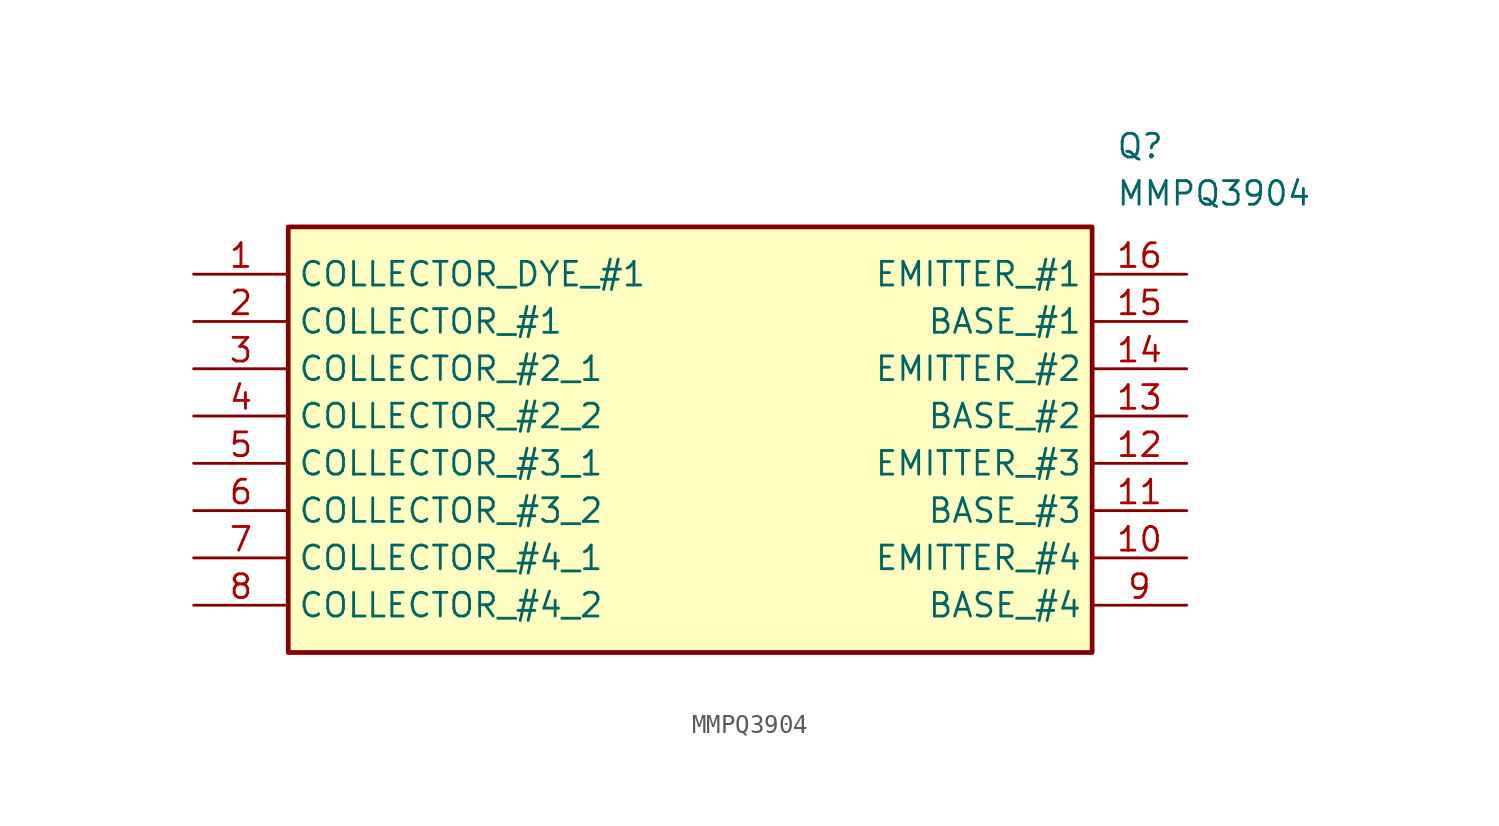
<source format=kicad_sym>
(kicad_symbol_lib
  (version 20211014)
  (generator SamacSys_ECAD_Model)
  (symbol "MMPQ3904"
    (property "Reference" "Q"
      (at 49.53 7.62 0)
      (effects (font (size 1.27 1.27)) (justify left top)))
    (property "Value" "MMPQ3904"
      (at 49.53 5.08 0)
      (effects (font (size 1.27 1.27)) (justify left top)))
    (rectangle
      (start 5.08 2.54)
      (end 48.26 -20.32)
      (stroke (width 0.254) (type default))
      (fill (type background)))
    (pin passive line
      (at 0 0 0)
      (length 5.08)
      (name "COLLECTOR_DYE_#1" (effects (font (size 1.27 1.27))))
      (number "1" (effects (font (size 1.27 1.27)))))
    (pin passive line
      (at 0 -2.54 0)
      (length 5.08)
      (name "COLLECTOR_#1" (effects (font (size 1.27 1.27))))
      (number "2" (effects (font (size 1.27 1.27)))))
    (pin passive line
      (at 0 -5.08 0)
      (length 5.08)
      (name "COLLECTOR_#2_1" (effects (font (size 1.27 1.27))))
      (number "3" (effects (font (size 1.27 1.27)))))
    (pin passive line
      (at 0 -7.62 0)
      (length 5.08)
      (name "COLLECTOR_#2_2" (effects (font (size 1.27 1.27))))
      (number "4" (effects (font (size 1.27 1.27)))))
    (pin passive line
      (at 0 -10.16 0)
      (length 5.08)
      (name "COLLECTOR_#3_1" (effects (font (size 1.27 1.27))))
      (number "5" (effects (font (size 1.27 1.27)))))
    (pin passive line
      (at 0 -12.7 0)
      (length 5.08)
      (name "COLLECTOR_#3_2" (effects (font (size 1.27 1.27))))
      (number "6" (effects (font (size 1.27 1.27)))))
    (pin passive line
      (at 0 -15.24 0)
      (length 5.08)
      (name "COLLECTOR_#4_1" (effects (font (size 1.27 1.27))))
      (number "7" (effects (font (size 1.27 1.27)))))
    (pin passive line
      (at 0 -17.78 0)
      (length 5.08)
      (name "COLLECTOR_#4_2" (effects (font (size 1.27 1.27))))
      (number "8" (effects (font (size 1.27 1.27)))))
    (pin passive line
      (at 53.34 0 180)
      (length 5.08)
      (name "EMITTER_#1" (effects (font (size 1.27 1.27))))
      (number "16" (effects (font (size 1.27 1.27)))))
    (pin passive line
      (at 53.34 -2.54 180)
      (length 5.08)
      (name "BASE_#1" (effects (font (size 1.27 1.27))))
      (number "15" (effects (font (size 1.27 1.27)))))
    (pin passive line
      (at 53.34 -5.08 180)
      (length 5.08)
      (name "EMITTER_#2" (effects (font (size 1.27 1.27))))
      (number "14" (effects (font (size 1.27 1.27)))))
    (pin passive line
      (at 53.34 -7.62 180)
      (length 5.08)
      (name "BASE_#2" (effects (font (size 1.27 1.27))))
      (number "13" (effects (font (size 1.27 1.27)))))
    (pin passive line
      (at 53.34 -10.16 180)
      (length 5.08)
      (name "EMITTER_#3" (effects (font (size 1.27 1.27))))
      (number "12" (effects (font (size 1.27 1.27)))))
    (pin passive line
      (at 53.34 -12.7 180)
      (length 5.08)
      (name "BASE_#3" (effects (font (size 1.27 1.27))))
      (number "11" (effects (font (size 1.27 1.27)))))
    (pin passive line
      (at 53.34 -15.24 180)
      (length 5.08)
      (name "EMITTER_#4" (effects (font (size 1.27 1.27))))
      (number "10" (effects (font (size 1.27 1.27)))))
    (pin passive line
      (at 53.34 -17.78 180)
      (length 5.08)
      (name "BASE_#4" (effects (font (size 1.27 1.27))))
      (number "9" (effects (font (size 1.27 1.27)))))))
</source>
